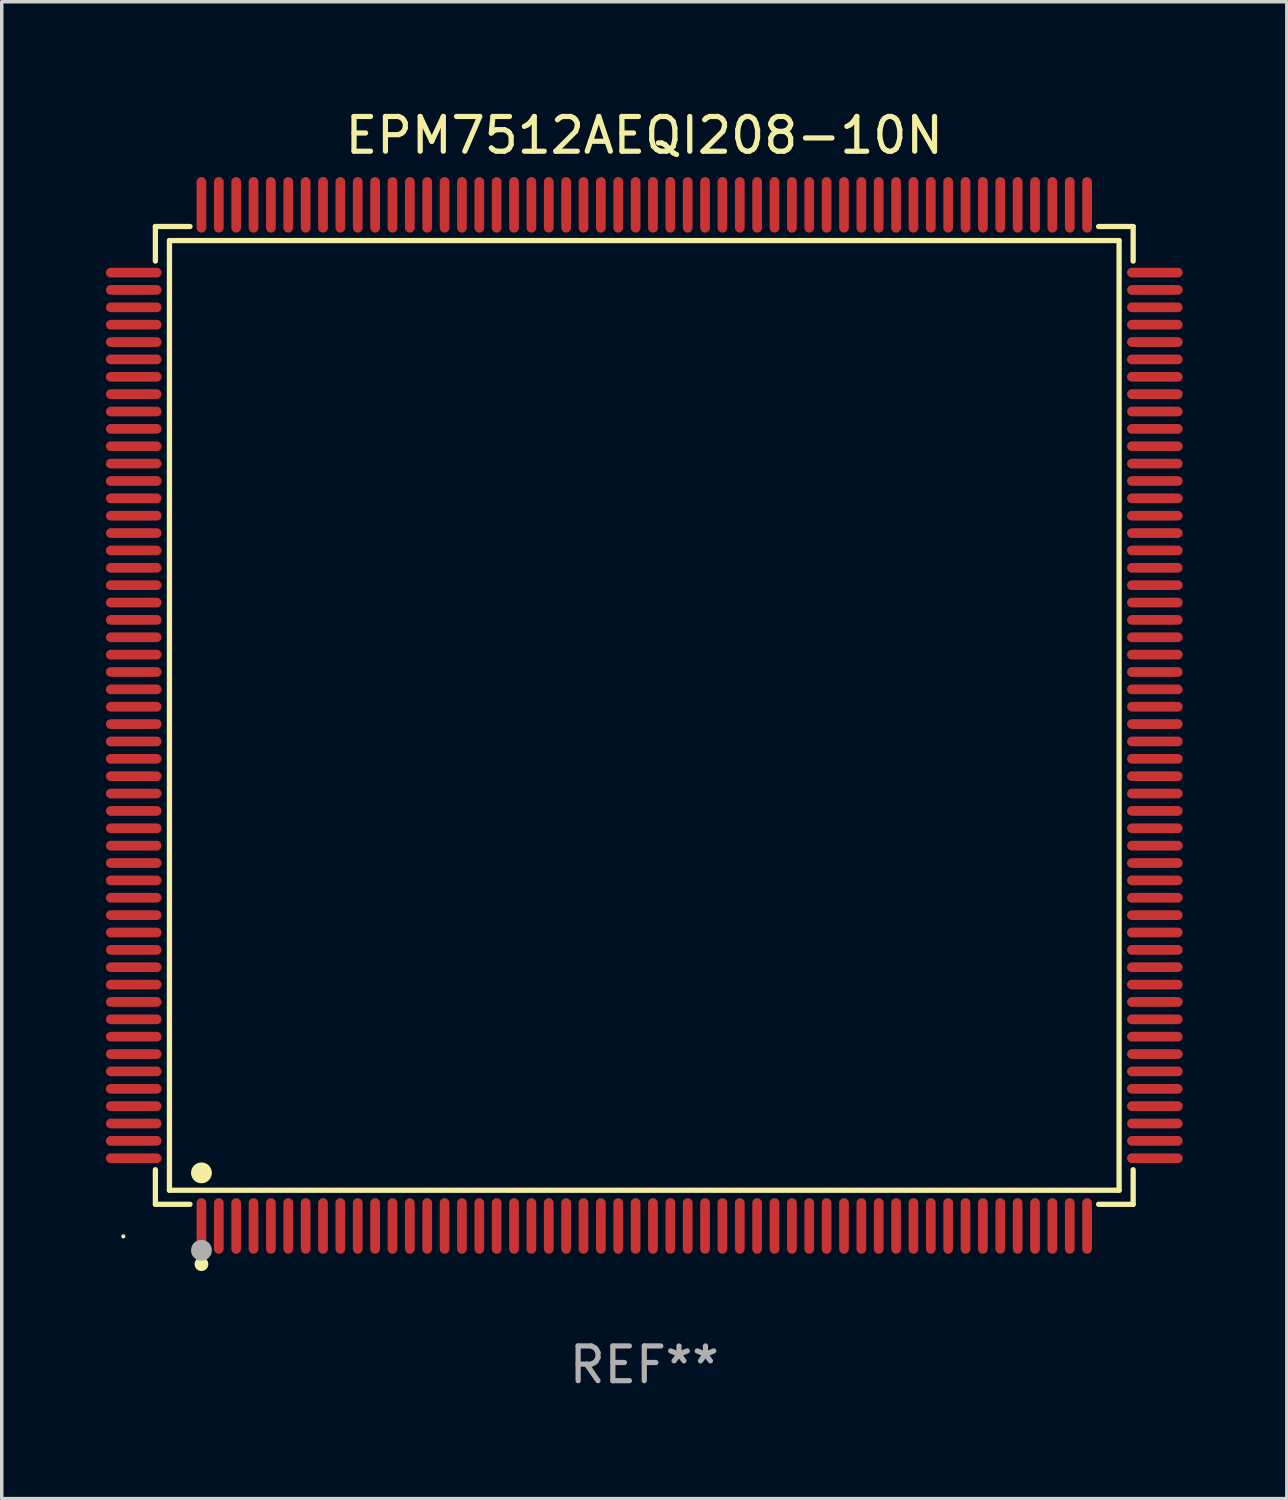
<source format=kicad_pcb>
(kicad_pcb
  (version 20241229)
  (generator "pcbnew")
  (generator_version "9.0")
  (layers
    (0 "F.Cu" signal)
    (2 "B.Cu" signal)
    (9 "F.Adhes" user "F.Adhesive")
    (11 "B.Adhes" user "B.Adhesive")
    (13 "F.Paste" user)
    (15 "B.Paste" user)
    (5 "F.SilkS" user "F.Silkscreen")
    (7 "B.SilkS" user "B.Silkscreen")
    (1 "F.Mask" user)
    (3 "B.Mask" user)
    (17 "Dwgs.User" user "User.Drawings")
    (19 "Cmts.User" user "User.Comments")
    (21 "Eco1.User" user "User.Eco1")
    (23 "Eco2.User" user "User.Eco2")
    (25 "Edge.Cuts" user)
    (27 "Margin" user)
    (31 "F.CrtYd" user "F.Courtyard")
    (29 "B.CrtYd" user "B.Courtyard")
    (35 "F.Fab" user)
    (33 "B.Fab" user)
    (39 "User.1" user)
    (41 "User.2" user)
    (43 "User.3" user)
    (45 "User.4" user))
  (footprint "EPM7512AEQI208-10N"
    (layer "F.Cu")
    (at 15.5 17.548)
    (property "Reference" "EPM7512AEQI208-10N" (at 0 -16.7 0) (layer "F.SilkS") (effects (font (size 1 1) (thickness 0.15))))
    (attr through_hole)
    (fp_line (start -14.076 -14.076) (end -13.081 -14.076) (stroke (width 0.152) (type solid)) (layer "F.SilkS"))
    (fp_line (start -14.076 -13.081) (end -14.076 -14.076) (stroke (width 0.152) (type solid)) (layer "F.SilkS"))
    (fp_line (start -14.076 13.081) (end -14.076 14.076) (stroke (width 0.152) (type solid)) (layer "F.SilkS"))
    (fp_line (start -14.076 14.076) (end -13.081 14.076) (stroke (width 0.152) (type solid)) (layer "F.SilkS"))
    (fp_line (start -13.671 -13.671) (end 13.671 -13.671) (stroke (width 0.152) (type solid)) (layer "F.SilkS"))
    (fp_line (start -13.671 13.671) (end -13.671 -13.671) (stroke (width 0.152) (type solid)) (layer "F.SilkS"))
    (fp_line (start 13.671 -13.671) (end 13.671 13.671) (stroke (width 0.152) (type solid)) (layer "F.SilkS"))
    (fp_line (start 13.671 13.671) (end -13.671 13.671) (stroke (width 0.152) (type solid)) (layer "F.SilkS"))
    (fp_line (start 14.076 -14.076) (end 13.081 -14.076) (stroke (width 0.152) (type solid)) (layer "F.SilkS"))
    (fp_line (start 14.076 -13.081) (end 14.076 -14.076) (stroke (width 0.152) (type solid)) (layer "F.SilkS"))
    (fp_line (start 14.076 13.081) (end 14.076 14.076) (stroke (width 0.152) (type solid)) (layer "F.SilkS"))
    (fp_line (start 14.076 14.076) (end 13.081 14.076) (stroke (width 0.152) (type solid)) (layer "F.SilkS"))
    (fp_circle (center -15 15) (end -14.97 15) (stroke (width 0.06) (type solid)) (fill no) (layer "F.SilkS"))
    (fp_circle (center -12.75 13.171) (end -12.6 13.171) (stroke (width 0.3) (type solid)) (fill no) (layer "F.SilkS"))
    (fp_circle (center -12.75 15.8) (end -12.65 15.8) (stroke (width 0.2) (type solid)) (fill no) (layer "F.SilkS"))
    (fp_circle (center -12.75 15.4) (end -12.6 15.4) (stroke (width 0.3) (type solid)) (fill no) (layer "F.Fab"))
    (fp_text user "REF**" (at 0 18.7 0) (layer "F.Fab") (effects (font (size 1 1) (thickness 0.15))))
    (pad "1" smd oval (at -12.75 14.7) (size 0.28 1.6) (layers "F.Cu" "F.Mask" "F.Paste"))
    (pad "2" smd oval (at -12.25 14.7) (size 0.28 1.6) (layers "F.Cu" "F.Mask" "F.Paste"))
    (pad "3" smd oval (at -11.75 14.7) (size 0.28 1.6) (layers "F.Cu" "F.Mask" "F.Paste"))
    (pad "4" smd oval (at -11.25 14.7) (size 0.28 1.6) (layers "F.Cu" "F.Mask" "F.Paste"))
    (pad "5" smd oval (at -10.75 14.7) (size 0.28 1.6) (layers "F.Cu" "F.Mask" "F.Paste"))
    (pad "6" smd oval (at -10.25 14.7) (size 0.28 1.6) (layers "F.Cu" "F.Mask" "F.Paste"))
    (pad "7" smd oval (at -9.75 14.7) (size 0.28 1.6) (layers "F.Cu" "F.Mask" "F.Paste"))
    (pad "8" smd oval (at -9.25 14.7) (size 0.28 1.6) (layers "F.Cu" "F.Mask" "F.Paste"))
    (pad "9" smd oval (at -8.75 14.7) (size 0.28 1.6) (layers "F.Cu" "F.Mask" "F.Paste"))
    (pad "10" smd oval (at -8.25 14.7) (size 0.28 1.6) (layers "F.Cu" "F.Mask" "F.Paste"))
    (pad "11" smd oval (at -7.75 14.7) (size 0.28 1.6) (layers "F.Cu" "F.Mask" "F.Paste"))
    (pad "12" smd oval (at -7.25 14.7) (size 0.28 1.6) (layers "F.Cu" "F.Mask" "F.Paste"))
    (pad "13" smd oval (at -6.75 14.7) (size 0.28 1.6) (layers "F.Cu" "F.Mask" "F.Paste"))
    (pad "14" smd oval (at -6.25 14.7) (size 0.28 1.6) (layers "F.Cu" "F.Mask" "F.Paste"))
    (pad "15" smd oval (at -5.75 14.7) (size 0.28 1.6) (layers "F.Cu" "F.Mask" "F.Paste"))
    (pad "16" smd oval (at -5.25 14.7) (size 0.28 1.6) (layers "F.Cu" "F.Mask" "F.Paste"))
    (pad "17" smd oval (at -4.75 14.7) (size 0.28 1.6) (layers "F.Cu" "F.Mask" "F.Paste"))
    (pad "18" smd oval (at -4.25 14.7) (size 0.28 1.6) (layers "F.Cu" "F.Mask" "F.Paste"))
    (pad "19" smd oval (at -3.75 14.7) (size 0.28 1.6) (layers "F.Cu" "F.Mask" "F.Paste"))
    (pad "20" smd oval (at -3.25 14.7) (size 0.28 1.6) (layers "F.Cu" "F.Mask" "F.Paste"))
    (pad "21" smd oval (at -2.75 14.7) (size 0.28 1.6) (layers "F.Cu" "F.Mask" "F.Paste"))
    (pad "22" smd oval (at -2.25 14.7) (size 0.28 1.6) (layers "F.Cu" "F.Mask" "F.Paste"))
    (pad "23" smd oval (at -1.75 14.7) (size 0.28 1.6) (layers "F.Cu" "F.Mask" "F.Paste"))
    (pad "24" smd oval (at -1.25 14.7) (size 0.28 1.6) (layers "F.Cu" "F.Mask" "F.Paste"))
    (pad "25" smd oval (at -0.75 14.7) (size 0.28 1.6) (layers "F.Cu" "F.Mask" "F.Paste"))
    (pad "26" smd oval (at -0.25 14.7) (size 0.28 1.6) (layers "F.Cu" "F.Mask" "F.Paste"))
    (pad "27" smd oval (at 0.25 14.7) (size 0.28 1.6) (layers "F.Cu" "F.Mask" "F.Paste"))
    (pad "28" smd oval (at 0.75 14.7) (size 0.28 1.6) (layers "F.Cu" "F.Mask" "F.Paste"))
    (pad "29" smd oval (at 1.25 14.7) (size 0.28 1.6) (layers "F.Cu" "F.Mask" "F.Paste"))
    (pad "30" smd oval (at 1.75 14.7) (size 0.28 1.6) (layers "F.Cu" "F.Mask" "F.Paste"))
    (pad "31" smd oval (at 2.25 14.7) (size 0.28 1.6) (layers "F.Cu" "F.Mask" "F.Paste"))
    (pad "32" smd oval (at 2.75 14.7) (size 0.28 1.6) (layers "F.Cu" "F.Mask" "F.Paste"))
    (pad "33" smd oval (at 3.25 14.7) (size 0.28 1.6) (layers "F.Cu" "F.Mask" "F.Paste"))
    (pad "34" smd oval (at 3.75 14.7) (size 0.28 1.6) (layers "F.Cu" "F.Mask" "F.Paste"))
    (pad "35" smd oval (at 4.25 14.7) (size 0.28 1.6) (layers "F.Cu" "F.Mask" "F.Paste"))
    (pad "36" smd oval (at 4.75 14.7) (size 0.28 1.6) (layers "F.Cu" "F.Mask" "F.Paste"))
    (pad "37" smd oval (at 5.25 14.7) (size 0.28 1.6) (layers "F.Cu" "F.Mask" "F.Paste"))
    (pad "38" smd oval (at 5.75 14.7) (size 0.28 1.6) (layers "F.Cu" "F.Mask" "F.Paste"))
    (pad "39" smd oval (at 6.25 14.7) (size 0.28 1.6) (layers "F.Cu" "F.Mask" "F.Paste"))
    (pad "40" smd oval (at 6.75 14.7) (size 0.28 1.6) (layers "F.Cu" "F.Mask" "F.Paste"))
    (pad "41" smd oval (at 7.25 14.7) (size 0.28 1.6) (layers "F.Cu" "F.Mask" "F.Paste"))
    (pad "42" smd oval (at 7.75 14.7) (size 0.28 1.6) (layers "F.Cu" "F.Mask" "F.Paste"))
    (pad "43" smd oval (at 8.25 14.7) (size 0.28 1.6) (layers "F.Cu" "F.Mask" "F.Paste"))
    (pad "44" smd oval (at 8.75 14.7) (size 0.28 1.6) (layers "F.Cu" "F.Mask" "F.Paste"))
    (pad "45" smd oval (at 9.25 14.7) (size 0.28 1.6) (layers "F.Cu" "F.Mask" "F.Paste"))
    (pad "46" smd oval (at 9.75 14.7) (size 0.28 1.6) (layers "F.Cu" "F.Mask" "F.Paste"))
    (pad "47" smd oval (at 10.25 14.7) (size 0.28 1.6) (layers "F.Cu" "F.Mask" "F.Paste"))
    (pad "48" smd oval (at 10.75 14.7) (size 0.28 1.6) (layers "F.Cu" "F.Mask" "F.Paste"))
    (pad "49" smd oval (at 11.25 14.7) (size 0.28 1.6) (layers "F.Cu" "F.Mask" "F.Paste"))
    (pad "50" smd oval (at 11.75 14.7) (size 0.28 1.6) (layers "F.Cu" "F.Mask" "F.Paste"))
    (pad "51" smd oval (at 12.25 14.7) (size 0.28 1.6) (layers "F.Cu" "F.Mask" "F.Paste"))
    (pad "52" smd oval (at 12.75 14.7) (size 0.28 1.6) (layers "F.Cu" "F.Mask" "F.Paste"))
    (pad "53" smd oval (at 14.7 12.75) (size 1.6 0.28) (layers "F.Cu" "F.Mask" "F.Paste"))
    (pad "54" smd oval (at 14.7 12.25) (size 1.6 0.28) (layers "F.Cu" "F.Mask" "F.Paste"))
    (pad "55" smd oval (at 14.7 11.75) (size 1.6 0.28) (layers "F.Cu" "F.Mask" "F.Paste"))
    (pad "56" smd oval (at 14.7 11.25) (size 1.6 0.28) (layers "F.Cu" "F.Mask" "F.Paste"))
    (pad "57" smd oval (at 14.7 10.75) (size 1.6 0.28) (layers "F.Cu" "F.Mask" "F.Paste"))
    (pad "58" smd oval (at 14.7 10.25) (size 1.6 0.28) (layers "F.Cu" "F.Mask" "F.Paste"))
    (pad "59" smd oval (at 14.7 9.75) (size 1.6 0.28) (layers "F.Cu" "F.Mask" "F.Paste"))
    (pad "60" smd oval (at 14.7 9.25) (size 1.6 0.28) (layers "F.Cu" "F.Mask" "F.Paste"))
    (pad "61" smd oval (at 14.7 8.75) (size 1.6 0.28) (layers "F.Cu" "F.Mask" "F.Paste"))
    (pad "62" smd oval (at 14.7 8.25) (size 1.6 0.28) (layers "F.Cu" "F.Mask" "F.Paste"))
    (pad "63" smd oval (at 14.7 7.75) (size 1.6 0.28) (layers "F.Cu" "F.Mask" "F.Paste"))
    (pad "64" smd oval (at 14.7 7.25) (size 1.6 0.28) (layers "F.Cu" "F.Mask" "F.Paste"))
    (pad "65" smd oval (at 14.7 6.75) (size 1.6 0.28) (layers "F.Cu" "F.Mask" "F.Paste"))
    (pad "66" smd oval (at 14.7 6.25) (size 1.6 0.28) (layers "F.Cu" "F.Mask" "F.Paste"))
    (pad "67" smd oval (at 14.7 5.75) (size 1.6 0.28) (layers "F.Cu" "F.Mask" "F.Paste"))
    (pad "68" smd oval (at 14.7 5.25) (size 1.6 0.28) (layers "F.Cu" "F.Mask" "F.Paste"))
    (pad "69" smd oval (at 14.7 4.75) (size 1.6 0.28) (layers "F.Cu" "F.Mask" "F.Paste"))
    (pad "70" smd oval (at 14.7 4.25) (size 1.6 0.28) (layers "F.Cu" "F.Mask" "F.Paste"))
    (pad "71" smd oval (at 14.7 3.75) (size 1.6 0.28) (layers "F.Cu" "F.Mask" "F.Paste"))
    (pad "72" smd oval (at 14.7 3.25) (size 1.6 0.28) (layers "F.Cu" "F.Mask" "F.Paste"))
    (pad "73" smd oval (at 14.7 2.75) (size 1.6 0.28) (layers "F.Cu" "F.Mask" "F.Paste"))
    (pad "74" smd oval (at 14.7 2.25) (size 1.6 0.28) (layers "F.Cu" "F.Mask" "F.Paste"))
    (pad "75" smd oval (at 14.7 1.75) (size 1.6 0.28) (layers "F.Cu" "F.Mask" "F.Paste"))
    (pad "76" smd oval (at 14.7 1.25) (size 1.6 0.28) (layers "F.Cu" "F.Mask" "F.Paste"))
    (pad "77" smd oval (at 14.7 0.75) (size 1.6 0.28) (layers "F.Cu" "F.Mask" "F.Paste"))
    (pad "78" smd oval (at 14.7 0.25) (size 1.6 0.28) (layers "F.Cu" "F.Mask" "F.Paste"))
    (pad "79" smd oval (at 14.7 -0.25) (size 1.6 0.28) (layers "F.Cu" "F.Mask" "F.Paste"))
    (pad "80" smd oval (at 14.7 -0.75) (size 1.6 0.28) (layers "F.Cu" "F.Mask" "F.Paste"))
    (pad "81" smd oval (at 14.7 -1.25) (size 1.6 0.28) (layers "F.Cu" "F.Mask" "F.Paste"))
    (pad "82" smd oval (at 14.7 -1.75) (size 1.6 0.28) (layers "F.Cu" "F.Mask" "F.Paste"))
    (pad "83" smd oval (at 14.7 -2.25) (size 1.6 0.28) (layers "F.Cu" "F.Mask" "F.Paste"))
    (pad "84" smd oval (at 14.7 -2.75) (size 1.6 0.28) (layers "F.Cu" "F.Mask" "F.Paste"))
    (pad "85" smd oval (at 14.7 -3.25) (size 1.6 0.28) (layers "F.Cu" "F.Mask" "F.Paste"))
    (pad "86" smd oval (at 14.7 -3.75) (size 1.6 0.28) (layers "F.Cu" "F.Mask" "F.Paste"))
    (pad "87" smd oval (at 14.7 -4.25) (size 1.6 0.28) (layers "F.Cu" "F.Mask" "F.Paste"))
    (pad "88" smd oval (at 14.7 -4.75) (size 1.6 0.28) (layers "F.Cu" "F.Mask" "F.Paste"))
    (pad "89" smd oval (at 14.7 -5.25) (size 1.6 0.28) (layers "F.Cu" "F.Mask" "F.Paste"))
    (pad "90" smd oval (at 14.7 -5.75) (size 1.6 0.28) (layers "F.Cu" "F.Mask" "F.Paste"))
    (pad "91" smd oval (at 14.7 -6.25) (size 1.6 0.28) (layers "F.Cu" "F.Mask" "F.Paste"))
    (pad "92" smd oval (at 14.7 -6.75) (size 1.6 0.28) (layers "F.Cu" "F.Mask" "F.Paste"))
    (pad "93" smd oval (at 14.7 -7.25) (size 1.6 0.28) (layers "F.Cu" "F.Mask" "F.Paste"))
    (pad "94" smd oval (at 14.7 -7.75) (size 1.6 0.28) (layers "F.Cu" "F.Mask" "F.Paste"))
    (pad "95" smd oval (at 14.7 -8.25) (size 1.6 0.28) (layers "F.Cu" "F.Mask" "F.Paste"))
    (pad "96" smd oval (at 14.7 -8.75) (size 1.6 0.28) (layers "F.Cu" "F.Mask" "F.Paste"))
    (pad "97" smd oval (at 14.7 -9.25) (size 1.6 0.28) (layers "F.Cu" "F.Mask" "F.Paste"))
    (pad "98" smd oval (at 14.7 -9.75) (size 1.6 0.28) (layers "F.Cu" "F.Mask" "F.Paste"))
    (pad "99" smd oval (at 14.7 -10.25) (size 1.6 0.28) (layers "F.Cu" "F.Mask" "F.Paste"))
    (pad "100" smd oval (at 14.7 -10.75) (size 1.6 0.28) (layers "F.Cu" "F.Mask" "F.Paste"))
    (pad "101" smd oval (at 14.7 -11.25) (size 1.6 0.28) (layers "F.Cu" "F.Mask" "F.Paste"))
    (pad "102" smd oval (at 14.7 -11.75) (size 1.6 0.28) (layers "F.Cu" "F.Mask" "F.Paste"))
    (pad "103" smd oval (at 14.7 -12.25) (size 1.6 0.28) (layers "F.Cu" "F.Mask" "F.Paste"))
    (pad "104" smd oval (at 14.7 -12.75) (size 1.6 0.28) (layers "F.Cu" "F.Mask" "F.Paste"))
    (pad "105" smd oval (at 12.75 -14.7) (size 0.28 1.6) (layers "F.Cu" "F.Mask" "F.Paste"))
    (pad "106" smd oval (at 12.25 -14.7) (size 0.28 1.6) (layers "F.Cu" "F.Mask" "F.Paste"))
    (pad "107" smd oval (at 11.75 -14.7) (size 0.28 1.6) (layers "F.Cu" "F.Mask" "F.Paste"))
    (pad "108" smd oval (at 11.25 -14.7) (size 0.28 1.6) (layers "F.Cu" "F.Mask" "F.Paste"))
    (pad "109" smd oval (at 10.75 -14.7) (size 0.28 1.6) (layers "F.Cu" "F.Mask" "F.Paste"))
    (pad "110" smd oval (at 10.25 -14.7) (size 0.28 1.6) (layers "F.Cu" "F.Mask" "F.Paste"))
    (pad "111" smd oval (at 9.75 -14.7) (size 0.28 1.6) (layers "F.Cu" "F.Mask" "F.Paste"))
    (pad "112" smd oval (at 9.25 -14.7) (size 0.28 1.6) (layers "F.Cu" "F.Mask" "F.Paste"))
    (pad "113" smd oval (at 8.75 -14.7) (size 0.28 1.6) (layers "F.Cu" "F.Mask" "F.Paste"))
    (pad "114" smd oval (at 8.25 -14.7) (size 0.28 1.6) (layers "F.Cu" "F.Mask" "F.Paste"))
    (pad "115" smd oval (at 7.75 -14.7) (size 0.28 1.6) (layers "F.Cu" "F.Mask" "F.Paste"))
    (pad "116" smd oval (at 7.25 -14.7) (size 0.28 1.6) (layers "F.Cu" "F.Mask" "F.Paste"))
    (pad "117" smd oval (at 6.75 -14.7) (size 0.28 1.6) (layers "F.Cu" "F.Mask" "F.Paste"))
    (pad "118" smd oval (at 6.25 -14.7) (size 0.28 1.6) (layers "F.Cu" "F.Mask" "F.Paste"))
    (pad "119" smd oval (at 5.75 -14.7) (size 0.28 1.6) (layers "F.Cu" "F.Mask" "F.Paste"))
    (pad "120" smd oval (at 5.25 -14.7) (size 0.28 1.6) (layers "F.Cu" "F.Mask" "F.Paste"))
    (pad "121" smd oval (at 4.75 -14.7) (size 0.28 1.6) (layers "F.Cu" "F.Mask" "F.Paste"))
    (pad "122" smd oval (at 4.25 -14.7) (size 0.28 1.6) (layers "F.Cu" "F.Mask" "F.Paste"))
    (pad "123" smd oval (at 3.75 -14.7) (size 0.28 1.6) (layers "F.Cu" "F.Mask" "F.Paste"))
    (pad "124" smd oval (at 3.25 -14.7) (size 0.28 1.6) (layers "F.Cu" "F.Mask" "F.Paste"))
    (pad "125" smd oval (at 2.75 -14.7) (size 0.28 1.6) (layers "F.Cu" "F.Mask" "F.Paste"))
    (pad "126" smd oval (at 2.25 -14.7) (size 0.28 1.6) (layers "F.Cu" "F.Mask" "F.Paste"))
    (pad "127" smd oval (at 1.75 -14.7) (size 0.28 1.6) (layers "F.Cu" "F.Mask" "F.Paste"))
    (pad "128" smd oval (at 1.25 -14.7) (size 0.28 1.6) (layers "F.Cu" "F.Mask" "F.Paste"))
    (pad "129" smd oval (at 0.75 -14.7) (size 0.28 1.6) (layers "F.Cu" "F.Mask" "F.Paste"))
    (pad "130" smd oval (at 0.25 -14.7) (size 0.28 1.6) (layers "F.Cu" "F.Mask" "F.Paste"))
    (pad "131" smd oval (at -0.25 -14.7) (size 0.28 1.6) (layers "F.Cu" "F.Mask" "F.Paste"))
    (pad "132" smd oval (at -0.75 -14.7) (size 0.28 1.6) (layers "F.Cu" "F.Mask" "F.Paste"))
    (pad "133" smd oval (at -1.25 -14.7) (size 0.28 1.6) (layers "F.Cu" "F.Mask" "F.Paste"))
    (pad "134" smd oval (at -1.75 -14.7) (size 0.28 1.6) (layers "F.Cu" "F.Mask" "F.Paste"))
    (pad "135" smd oval (at -2.25 -14.7) (size 0.28 1.6) (layers "F.Cu" "F.Mask" "F.Paste"))
    (pad "136" smd oval (at -2.75 -14.7) (size 0.28 1.6) (layers "F.Cu" "F.Mask" "F.Paste"))
    (pad "137" smd oval (at -3.25 -14.7) (size 0.28 1.6) (layers "F.Cu" "F.Mask" "F.Paste"))
    (pad "138" smd oval (at -3.75 -14.7) (size 0.28 1.6) (layers "F.Cu" "F.Mask" "F.Paste"))
    (pad "139" smd oval (at -4.25 -14.7) (size 0.28 1.6) (layers "F.Cu" "F.Mask" "F.Paste"))
    (pad "140" smd oval (at -4.75 -14.7) (size 0.28 1.6) (layers "F.Cu" "F.Mask" "F.Paste"))
    (pad "141" smd oval (at -5.25 -14.7) (size 0.28 1.6) (layers "F.Cu" "F.Mask" "F.Paste"))
    (pad "142" smd oval (at -5.75 -14.7) (size 0.28 1.6) (layers "F.Cu" "F.Mask" "F.Paste"))
    (pad "143" smd oval (at -6.25 -14.7) (size 0.28 1.6) (layers "F.Cu" "F.Mask" "F.Paste"))
    (pad "144" smd oval (at -6.75 -14.7) (size 0.28 1.6) (layers "F.Cu" "F.Mask" "F.Paste"))
    (pad "145" smd oval (at -7.25 -14.7) (size 0.28 1.6) (layers "F.Cu" "F.Mask" "F.Paste"))
    (pad "146" smd oval (at -7.75 -14.7) (size 0.28 1.6) (layers "F.Cu" "F.Mask" "F.Paste"))
    (pad "147" smd oval (at -8.25 -14.7) (size 0.28 1.6) (layers "F.Cu" "F.Mask" "F.Paste"))
    (pad "148" smd oval (at -8.75 -14.7) (size 0.28 1.6) (layers "F.Cu" "F.Mask" "F.Paste"))
    (pad "149" smd oval (at -9.25 -14.7) (size 0.28 1.6) (layers "F.Cu" "F.Mask" "F.Paste"))
    (pad "150" smd oval (at -9.75 -14.7) (size 0.28 1.6) (layers "F.Cu" "F.Mask" "F.Paste"))
    (pad "151" smd oval (at -10.25 -14.7) (size 0.28 1.6) (layers "F.Cu" "F.Mask" "F.Paste"))
    (pad "152" smd oval (at -10.75 -14.7) (size 0.28 1.6) (layers "F.Cu" "F.Mask" "F.Paste"))
    (pad "153" smd oval (at -11.25 -14.7) (size 0.28 1.6) (layers "F.Cu" "F.Mask" "F.Paste"))
    (pad "154" smd oval (at -11.75 -14.7) (size 0.28 1.6) (layers "F.Cu" "F.Mask" "F.Paste"))
    (pad "155" smd oval (at -12.25 -14.7) (size 0.28 1.6) (layers "F.Cu" "F.Mask" "F.Paste"))
    (pad "156" smd oval (at -12.75 -14.7) (size 0.28 1.6) (layers "F.Cu" "F.Mask" "F.Paste"))
    (pad "157" smd oval (at -14.7 -12.75) (size 1.6 0.28) (layers "F.Cu" "F.Mask" "F.Paste"))
    (pad "158" smd oval (at -14.7 -12.25) (size 1.6 0.28) (layers "F.Cu" "F.Mask" "F.Paste"))
    (pad "159" smd oval (at -14.7 -11.75) (size 1.6 0.28) (layers "F.Cu" "F.Mask" "F.Paste"))
    (pad "160" smd oval (at -14.7 -11.25) (size 1.6 0.28) (layers "F.Cu" "F.Mask" "F.Paste"))
    (pad "161" smd oval (at -14.7 -10.75) (size 1.6 0.28) (layers "F.Cu" "F.Mask" "F.Paste"))
    (pad "162" smd oval (at -14.7 -10.25) (size 1.6 0.28) (layers "F.Cu" "F.Mask" "F.Paste"))
    (pad "163" smd oval (at -14.7 -9.75) (size 1.6 0.28) (layers "F.Cu" "F.Mask" "F.Paste"))
    (pad "164" smd oval (at -14.7 -9.25) (size 1.6 0.28) (layers "F.Cu" "F.Mask" "F.Paste"))
    (pad "165" smd oval (at -14.7 -8.75) (size 1.6 0.28) (layers "F.Cu" "F.Mask" "F.Paste"))
    (pad "166" smd oval (at -14.7 -8.25) (size 1.6 0.28) (layers "F.Cu" "F.Mask" "F.Paste"))
    (pad "167" smd oval (at -14.7 -7.75) (size 1.6 0.28) (layers "F.Cu" "F.Mask" "F.Paste"))
    (pad "168" smd oval (at -14.7 -7.25) (size 1.6 0.28) (layers "F.Cu" "F.Mask" "F.Paste"))
    (pad "169" smd oval (at -14.7 -6.75) (size 1.6 0.28) (layers "F.Cu" "F.Mask" "F.Paste"))
    (pad "170" smd oval (at -14.7 -6.25) (size 1.6 0.28) (layers "F.Cu" "F.Mask" "F.Paste"))
    (pad "171" smd oval (at -14.7 -5.75) (size 1.6 0.28) (layers "F.Cu" "F.Mask" "F.Paste"))
    (pad "172" smd oval (at -14.7 -5.25) (size 1.6 0.28) (layers "F.Cu" "F.Mask" "F.Paste"))
    (pad "173" smd oval (at -14.7 -4.75) (size 1.6 0.28) (layers "F.Cu" "F.Mask" "F.Paste"))
    (pad "174" smd oval (at -14.7 -4.25) (size 1.6 0.28) (layers "F.Cu" "F.Mask" "F.Paste"))
    (pad "175" smd oval (at -14.7 -3.75) (size 1.6 0.28) (layers "F.Cu" "F.Mask" "F.Paste"))
    (pad "176" smd oval (at -14.7 -3.25) (size 1.6 0.28) (layers "F.Cu" "F.Mask" "F.Paste"))
    (pad "177" smd oval (at -14.7 -2.75) (size 1.6 0.28) (layers "F.Cu" "F.Mask" "F.Paste"))
    (pad "178" smd oval (at -14.7 -2.25) (size 1.6 0.28) (layers "F.Cu" "F.Mask" "F.Paste"))
    (pad "179" smd oval (at -14.7 -1.75) (size 1.6 0.28) (layers "F.Cu" "F.Mask" "F.Paste"))
    (pad "180" smd oval (at -14.7 -1.25) (size 1.6 0.28) (layers "F.Cu" "F.Mask" "F.Paste"))
    (pad "181" smd oval (at -14.7 -0.75) (size 1.6 0.28) (layers "F.Cu" "F.Mask" "F.Paste"))
    (pad "182" smd oval (at -14.7 -0.25) (size 1.6 0.28) (layers "F.Cu" "F.Mask" "F.Paste"))
    (pad "183" smd oval (at -14.7 0.25) (size 1.6 0.28) (layers "F.Cu" "F.Mask" "F.Paste"))
    (pad "184" smd oval (at -14.7 0.75) (size 1.6 0.28) (layers "F.Cu" "F.Mask" "F.Paste"))
    (pad "185" smd oval (at -14.7 1.25) (size 1.6 0.28) (layers "F.Cu" "F.Mask" "F.Paste"))
    (pad "186" smd oval (at -14.7 1.75) (size 1.6 0.28) (layers "F.Cu" "F.Mask" "F.Paste"))
    (pad "187" smd oval (at -14.7 2.25) (size 1.6 0.28) (layers "F.Cu" "F.Mask" "F.Paste"))
    (pad "188" smd oval (at -14.7 2.75) (size 1.6 0.28) (layers "F.Cu" "F.Mask" "F.Paste"))
    (pad "189" smd oval (at -14.7 3.25) (size 1.6 0.28) (layers "F.Cu" "F.Mask" "F.Paste"))
    (pad "190" smd oval (at -14.7 3.75) (size 1.6 0.28) (layers "F.Cu" "F.Mask" "F.Paste"))
    (pad "191" smd oval (at -14.7 4.25) (size 1.6 0.28) (layers "F.Cu" "F.Mask" "F.Paste"))
    (pad "192" smd oval (at -14.7 4.75) (size 1.6 0.28) (layers "F.Cu" "F.Mask" "F.Paste"))
    (pad "193" smd oval (at -14.7 5.25) (size 1.6 0.28) (layers "F.Cu" "F.Mask" "F.Paste"))
    (pad "194" smd oval (at -14.7 5.75) (size 1.6 0.28) (layers "F.Cu" "F.Mask" "F.Paste"))
    (pad "195" smd oval (at -14.7 6.25) (size 1.6 0.28) (layers "F.Cu" "F.Mask" "F.Paste"))
    (pad "196" smd oval (at -14.7 6.75) (size 1.6 0.28) (layers "F.Cu" "F.Mask" "F.Paste"))
    (pad "197" smd oval (at -14.7 7.25) (size 1.6 0.28) (layers "F.Cu" "F.Mask" "F.Paste"))
    (pad "198" smd oval (at -14.7 7.75) (size 1.6 0.28) (layers "F.Cu" "F.Mask" "F.Paste"))
    (pad "199" smd oval (at -14.7 8.25) (size 1.6 0.28) (layers "F.Cu" "F.Mask" "F.Paste"))
    (pad "200" smd oval (at -14.7 8.75) (size 1.6 0.28) (layers "F.Cu" "F.Mask" "F.Paste"))
    (pad "201" smd oval (at -14.7 9.25) (size 1.6 0.28) (layers "F.Cu" "F.Mask" "F.Paste"))
    (pad "202" smd oval (at -14.7 9.75) (size 1.6 0.28) (layers "F.Cu" "F.Mask" "F.Paste"))
    (pad "203" smd oval (at -14.7 10.25) (size 1.6 0.28) (layers "F.Cu" "F.Mask" "F.Paste"))
    (pad "204" smd oval (at -14.7 10.75) (size 1.6 0.28) (layers "F.Cu" "F.Mask" "F.Paste"))
    (pad "205" smd oval (at -14.7 11.25) (size 1.6 0.28) (layers "F.Cu" "F.Mask" "F.Paste"))
    (pad "206" smd oval (at -14.7 11.75) (size 1.6 0.28) (layers "F.Cu" "F.Mask" "F.Paste"))
    (pad "207" smd oval (at -14.7 12.25) (size 1.6 0.28) (layers "F.Cu" "F.Mask" "F.Paste"))
    (pad "208" smd oval (at -14.7 12.75) (size 1.6 0.28) (layers "F.Cu" "F.Mask" "F.Paste")))
  (gr_rect
    (start -3 -3)
    (end 34 40.097)
    (stroke (width 0.1) (type default))
    (fill no)
    (layer "Edge.Cuts")))
</source>
